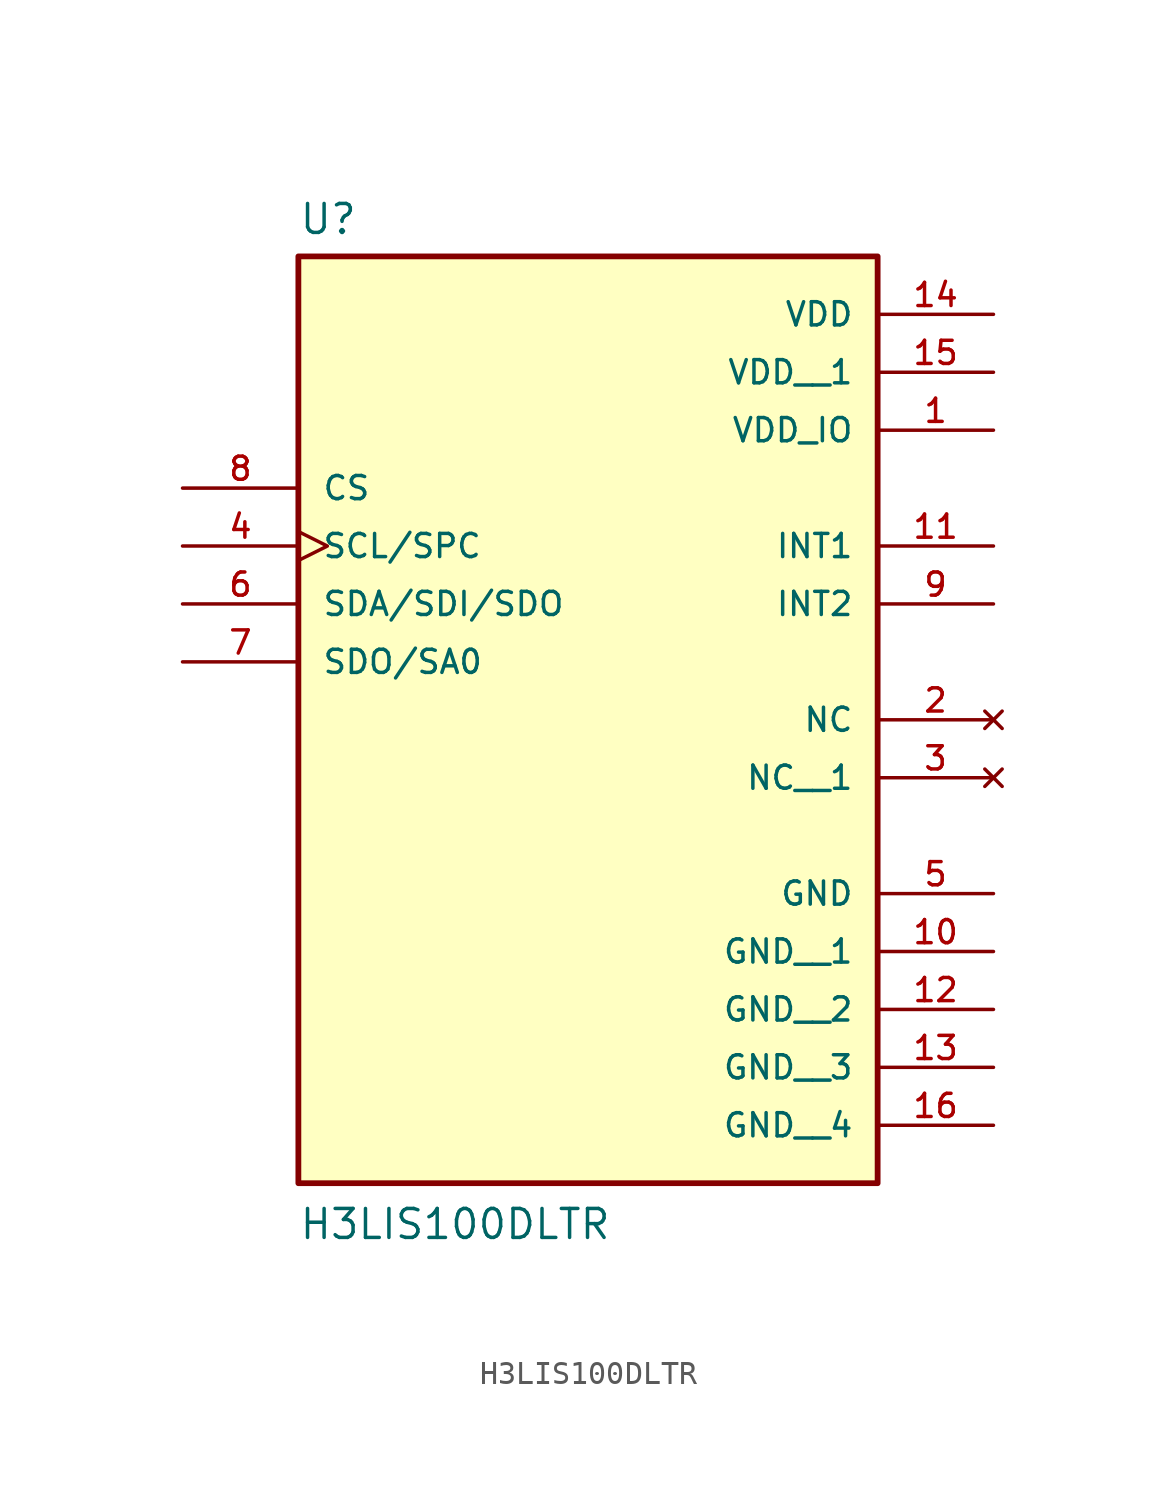
<source format=kicad_sym>
(kicad_symbol_lib
  (version 20211014)
  (generator kicad_symbol_editor)
  (symbol "H3LIS100DLTR"
    (pin_names
      (offset 1.016))
    (property "Reference" "U"
      (at -12.7 13.589 0.0)
      (effects (font (size 1.27 1.27)) (justify bottom left)))
    (property "Value" "H3LIS100DLTR"
      (at -12.7 -30.48 0.0)
      (effects (font (size 1.27 1.27)) (justify bottom left)))
    (symbol "H3LIS100DLTR_0_0"
      (rectangle (start -12.7 -27.94) (end 12.7 12.7) (stroke (width 0.254)) (fill (type background)))
      (pin output line (at 17.78 0.0 180.0) (length 5.08) (name "INT1" (effects (font (size 1.016 1.016)))) (number "11" (effects (font (size 1.016 1.016)))))
      (pin output line (at 17.78 -2.54 180.0) (length 5.08) (name "INT2" (effects (font (size 1.016 1.016)))) (number "9" (effects (font (size 1.016 1.016)))))
      (pin input clock (at -17.78 0.0 0) (length 5.08) (name "SCL/SPC" (effects (font (size 1.016 1.016)))) (number "4" (effects (font (size 1.016 1.016)))))
      (pin input line (at -17.78 2.54 0) (length 5.08) (name "CS" (effects (font (size 1.016 1.016)))) (number "8" (effects (font (size 1.016 1.016)))))
      (pin no_connect line (at 17.78 -7.62 180.0) (length 5.08) (name "NC" (effects (font (size 1.016 1.016)))) (number "2" (effects (font (size 1.016 1.016)))))
      (pin bidirectional line (at -17.78 -2.54 0) (length 5.08) (name "SDA/SDI/SDO" (effects (font (size 1.016 1.016)))) (number "6" (effects (font (size 1.016 1.016)))))
      (pin bidirectional line (at -17.78 -5.08 0) (length 5.08) (name "SDO/SA0" (effects (font (size 1.016 1.016)))) (number "7" (effects (font (size 1.016 1.016)))))
      (pin power_in line (at 17.78 10.16 180.0) (length 5.08) (name "VDD" (effects (font (size 1.016 1.016)))) (number "14" (effects (font (size 1.016 1.016)))))
      (pin power_in line (at 17.78 5.08 180.0) (length 5.08) (name "VDD_IO" (effects (font (size 1.016 1.016)))) (number "1" (effects (font (size 1.016 1.016)))))
      (pin power_in line (at 17.78 -15.24 180.0) (length 5.08) (name "GND" (effects (font (size 1.016 1.016)))) (number "5" (effects (font (size 1.016 1.016)))))
      (pin power_in line (at 17.78 7.62 180.0) (length 5.08) (name "VDD__1" (effects (font (size 1.016 1.016)))) (number "15" (effects (font (size 1.016 1.016)))))
      (pin no_connect line (at 17.78 -10.16 180.0) (length 5.08) (name "NC__1" (effects (font (size 1.016 1.016)))) (number "3" (effects (font (size 1.016 1.016)))))
      (pin power_in line (at 17.78 -17.78 180.0) (length 5.08) (name "GND__1" (effects (font (size 1.016 1.016)))) (number "10" (effects (font (size 1.016 1.016)))))
      (pin power_in line (at 17.78 -20.32 180.0) (length 5.08) (name "GND__2" (effects (font (size 1.016 1.016)))) (number "12" (effects (font (size 1.016 1.016)))))
      (pin power_in line (at 17.78 -22.86 180.0) (length 5.08) (name "GND__3" (effects (font (size 1.016 1.016)))) (number "13" (effects (font (size 1.016 1.016)))))
      (pin power_in line (at 17.78 -25.4 180.0) (length 5.08) (name "GND__4" (effects (font (size 1.016 1.016)))) (number "16" (effects (font (size 1.016 1.016))))))))
</source>
